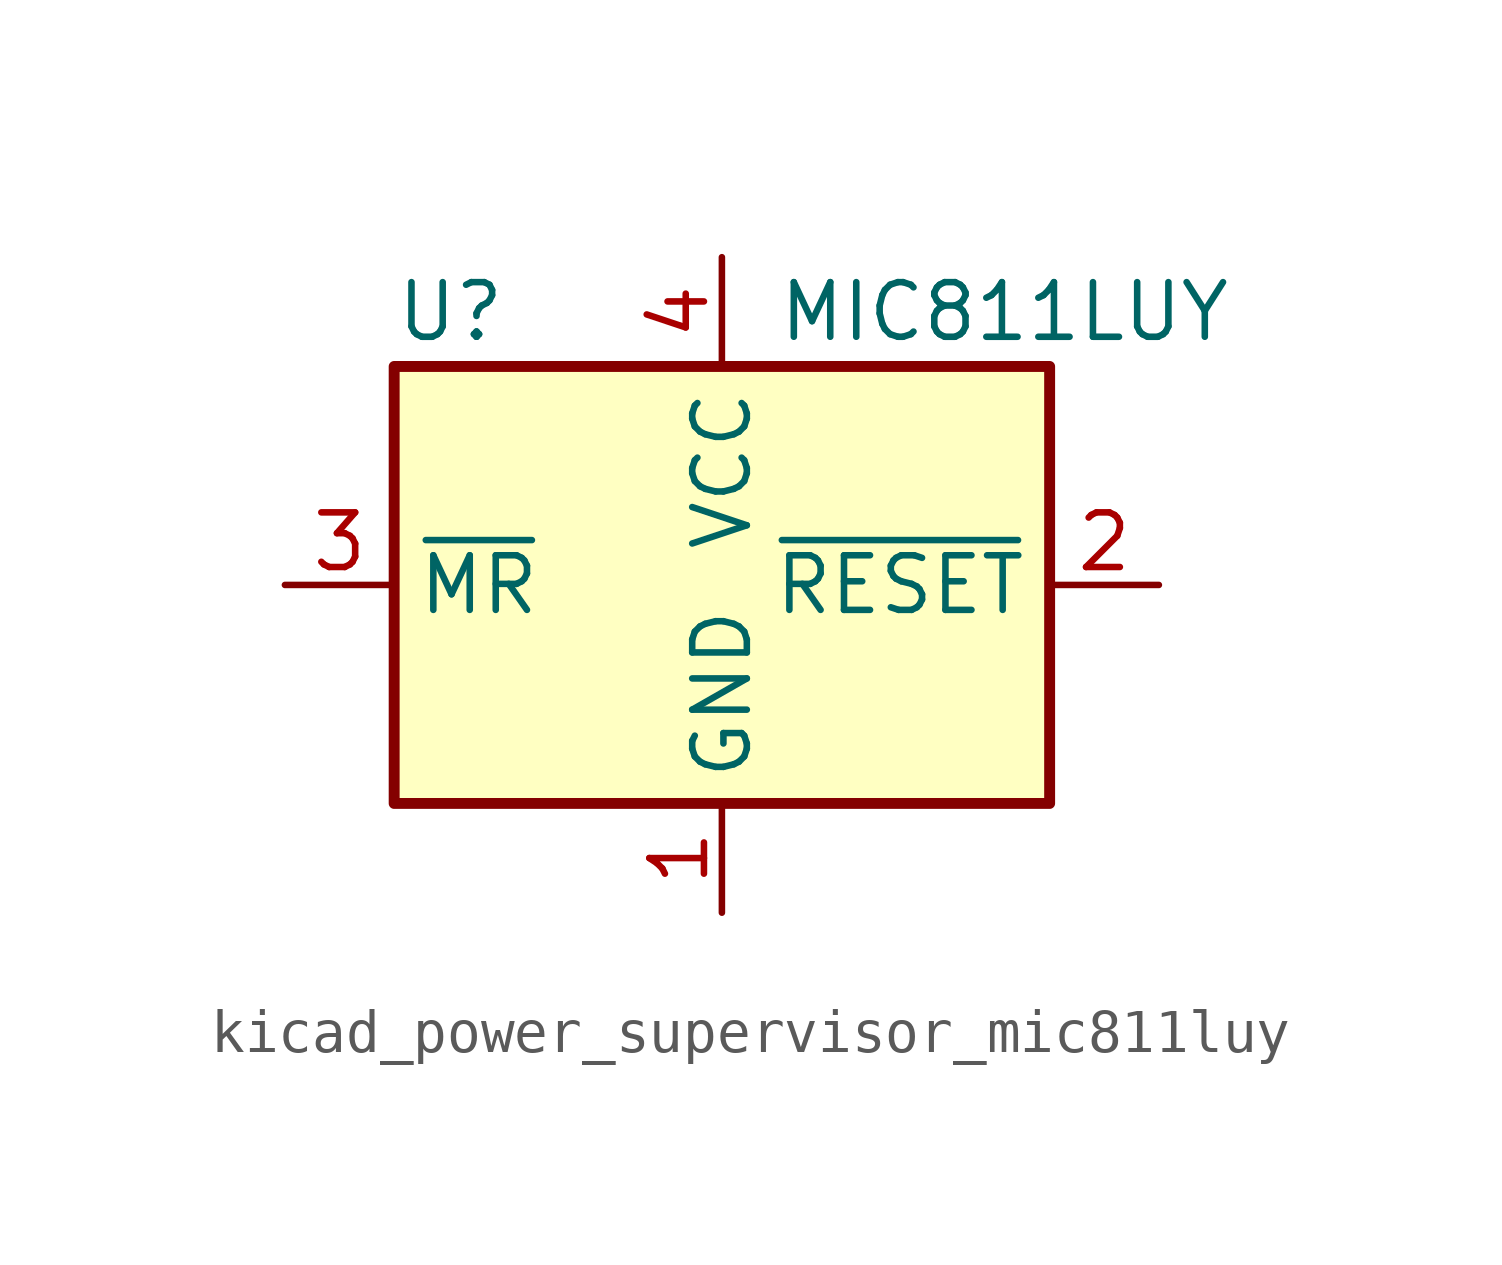
<source format=kicad_sym>
(kicad_symbol_lib
  (version 20220914)
  (generator kicad_symbol_editor)
  (symbol "kicad_power_supervisor_mic811luy"
    (property "Reference" "U"
      (at -7.62 6.35 0)
      (effects (font (size 1.27 1.27)) (justify left)))
    (property "Value" "MIC811LUY"
      (at 1.27 6.35 0)
      (effects (font (size 1.27 1.27)) (justify left)))
    (symbol "kicad_power_supervisor_mic811luy_0_1"
      (rectangle (start -7.62 5.08) (end 7.62 -5.08) (stroke (width 0.254) (type default)) (fill (type background))))
    (symbol "kicad_power_supervisor_mic811luy_1_1"
      (pin power_in line (at 0 -7.62 90) (length 2.54) (name "GND" (effects (font (size 1.27 1.27)))) (number "1" (effects (font (size 1.27 1.27)))))
      (pin output line (at 10.16 0 180) (length 2.54) (name "~{RESET}" (effects (font (size 1.27 1.27)))) (number "2" (effects (font (size 1.27 1.27)))))
      (pin input line (at -10.16 0 0) (length 2.54) (name "~{MR}" (effects (font (size 1.27 1.27)))) (number "3" (effects (font (size 1.27 1.27)))))
      (pin power_in line (at 0 7.62 270) (length 2.54) (name "VCC" (effects (font (size 1.27 1.27)))) (number "4" (effects (font (size 1.27 1.27))))))))
</source>
